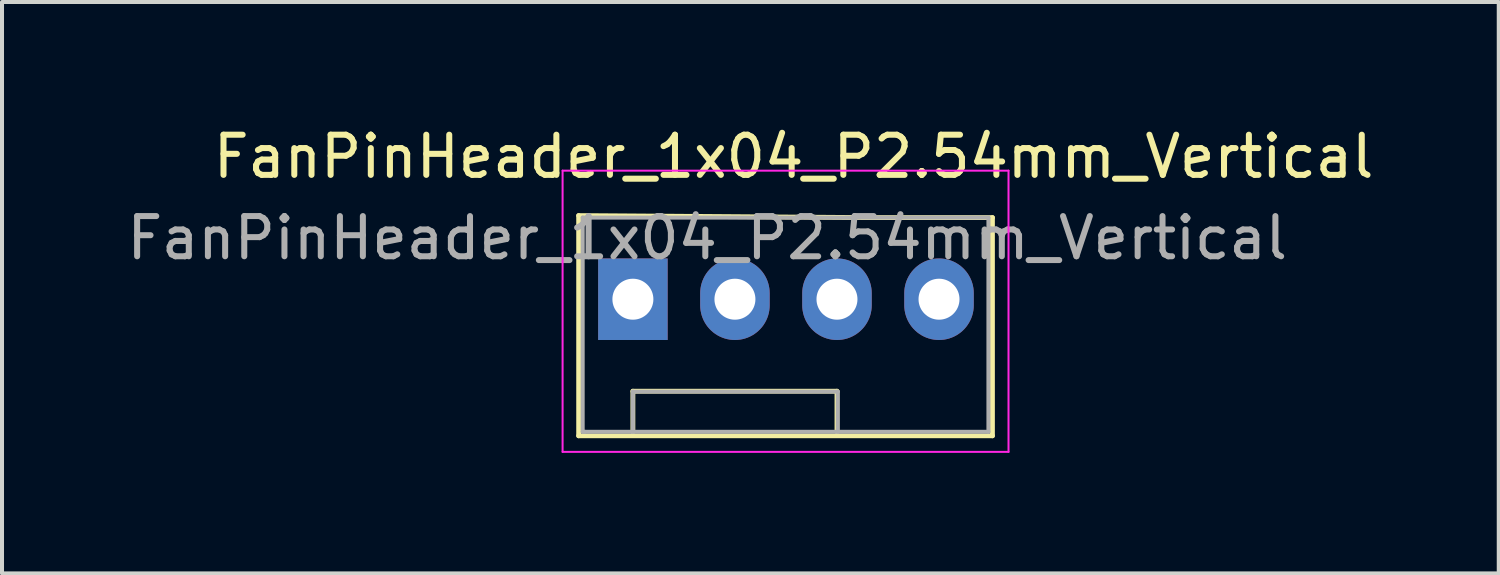
<source format=kicad_pcb>
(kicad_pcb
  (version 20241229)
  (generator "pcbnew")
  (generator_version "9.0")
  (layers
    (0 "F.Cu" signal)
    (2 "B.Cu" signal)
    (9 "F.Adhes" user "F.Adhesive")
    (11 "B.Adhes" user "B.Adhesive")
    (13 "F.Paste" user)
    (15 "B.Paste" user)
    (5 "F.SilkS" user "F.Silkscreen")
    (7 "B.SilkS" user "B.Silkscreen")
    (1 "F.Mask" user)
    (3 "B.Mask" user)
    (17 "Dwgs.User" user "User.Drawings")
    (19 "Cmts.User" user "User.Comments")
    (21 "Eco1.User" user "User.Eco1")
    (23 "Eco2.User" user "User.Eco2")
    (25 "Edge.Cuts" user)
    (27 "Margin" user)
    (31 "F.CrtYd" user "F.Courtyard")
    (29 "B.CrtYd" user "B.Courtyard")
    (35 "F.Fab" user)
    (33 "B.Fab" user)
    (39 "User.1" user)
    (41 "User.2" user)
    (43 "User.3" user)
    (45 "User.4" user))
  (footprint "FanPinHeader_1x04_P2.54mm_Vertical"
    (layer "F.Cu")
    (at 12.704 4.398)
    (property "Reference" "FanPinHeader_1x04_P2.54mm_Vertical" (at 4 -3.55 0) (layer "F.SilkS") (effects (font (size 1 1) (thickness 0.15))))
    (attr through_hole)
    (fp_line (start -1.35 -2.082) (end 5.75 -2.032) (stroke (width 0.12) (type solid)) (layer "F.SilkS"))
    (fp_line (start -1.35 3.4) (end -1.35 -2.082) (stroke (width 0.12) (type solid)) (layer "F.SilkS"))
    (fp_line (start 0 2.29) (end 5.08 2.29) (stroke (width 0.12) (type solid)) (layer "F.SilkS"))
    (fp_line (start 0 3.3) (end 0 2.29) (stroke (width 0.12) (type solid)) (layer "F.SilkS"))
    (fp_line (start 5.08 2.29) (end 5.08 3.3) (stroke (width 0.12) (type solid)) (layer "F.SilkS"))
    (fp_line (start 5.75 -2.032) (end 8.95 -2.032) (stroke (width 0.12) (type solid)) (layer "F.SilkS"))
    (fp_line (start 8.95 -2.032) (end 8.95 3.4) (stroke (width 0.12) (type solid)) (layer "F.SilkS"))
    (fp_line (start 8.95 3.4) (end -1.35 3.4) (stroke (width 0.12) (type solid)) (layer "F.SilkS"))
    (fp_line (start -1.75 3.8) (end -1.75 -3.2) (stroke (width 0.05) (type solid)) (layer "F.CrtYd"))
    (fp_line (start -1.75 3.8) (end 9.35 3.8) (stroke (width 0.05) (type solid)) (layer "F.CrtYd"))
    (fp_line (start 9.35 -3.2) (end -1.75 -3.2) (stroke (width 0.05) (type solid)) (layer "F.CrtYd"))
    (fp_line (start 9.35 -3.2) (end 9.35 3.8) (stroke (width 0.05) (type solid)) (layer "F.CrtYd"))
    (fp_line (start -1.25 -2.032) (end 4.4 -2.032) (stroke (width 0.1) (type solid)) (layer "F.Fab"))
    (fp_line (start -1.25 3.3) (end -1.25 -2.032) (stroke (width 0.1) (type solid)) (layer "F.Fab"))
    (fp_line (start -1.2 3.3) (end -1.25 3.3) (stroke (width 0.1) (type solid)) (layer "F.Fab"))
    (fp_line (start 0 2.3) (end 0 3.3) (stroke (width 0.1) (type solid)) (layer "F.Fab"))
    (fp_line (start 4.4 -2.032) (end 8.85 -2.032) (stroke (width 0.1) (type solid)) (layer "F.Fab"))
    (fp_line (start 5.1 2.3) (end 0 2.3) (stroke (width 0.1) (type solid)) (layer "F.Fab"))
    (fp_line (start 5.1 3.3) (end 5.1 2.3) (stroke (width 0.1) (type solid)) (layer "F.Fab"))
    (fp_line (start 8.85 -2.032) (end 8.85 3.3) (stroke (width 0.1) (type solid)) (layer "F.Fab"))
    (fp_line (start 8.85 3.3) (end -1.2 3.3) (stroke (width 0.1) (type solid)) (layer "F.Fab"))
    (fp_text user "${REFERENCE}" (at 1.85 -1.524 0) (layer "F.Fab") (effects (font (size 1 1) (thickness 0.15))))
    (pad "1" thru_hole rect (at 0 0 90) (size 2.03 1.73) (drill 1.02) (layers "*.Cu" "*.Mask"))
    (pad "2" thru_hole oval (at 2.54 0 90) (size 2.03 1.73) (drill 1.02) (layers "*.Cu" "*.Mask"))
    (pad "3" thru_hole oval (at 5.08 0 90) (size 2.03 1.73) (drill 1.02) (layers "*.Cu" "*.Mask"))
    (pad "4" thru_hole oval (at 7.62 0 90) (size 2.03 1.73) (drill 1.02) (layers "*.Cu" "*.Mask")))
  (gr_rect
    (start -3 -3)
    (end 34.257 11.223)
    (stroke (width 0.1) (type default))
    (fill no)
    (layer "Edge.Cuts")))
</source>
